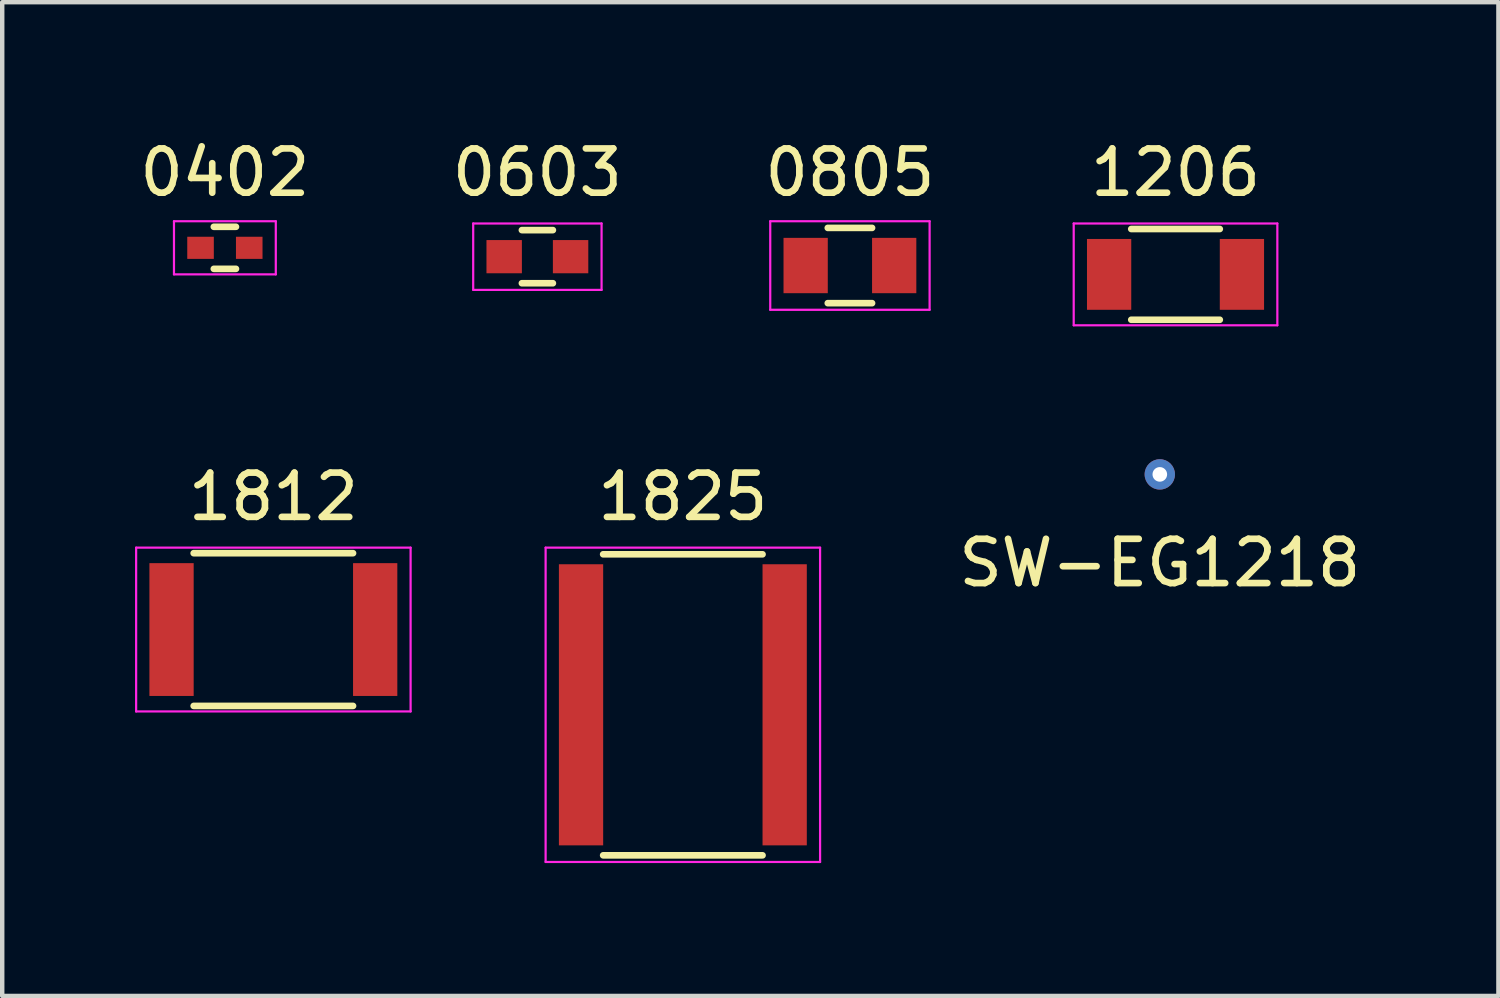
<source format=kicad_pcb>
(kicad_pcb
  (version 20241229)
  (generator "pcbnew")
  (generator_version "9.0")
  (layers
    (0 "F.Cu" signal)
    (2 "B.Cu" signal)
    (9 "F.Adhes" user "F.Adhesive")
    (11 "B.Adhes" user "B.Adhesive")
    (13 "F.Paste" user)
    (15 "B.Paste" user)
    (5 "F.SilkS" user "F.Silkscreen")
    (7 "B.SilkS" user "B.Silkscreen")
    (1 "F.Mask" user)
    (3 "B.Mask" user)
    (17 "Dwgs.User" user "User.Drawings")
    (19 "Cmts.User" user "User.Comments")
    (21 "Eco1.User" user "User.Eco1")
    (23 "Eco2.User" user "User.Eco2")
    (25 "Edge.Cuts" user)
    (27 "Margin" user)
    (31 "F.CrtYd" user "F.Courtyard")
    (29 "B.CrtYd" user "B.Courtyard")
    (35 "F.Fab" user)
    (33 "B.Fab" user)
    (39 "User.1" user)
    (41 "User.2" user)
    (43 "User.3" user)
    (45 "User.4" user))
  (footprint "0603"
    (layer "F.Cu")
    (at 9.089 2.748)
    (property "Reference" "0603" (at 0 -1.9 0) (layer "F.SilkS") (effects (font (size 1 1) (thickness 0.15))))
    (attr smd)
    (fp_line (start -0.35 -0.6) (end 0.35 -0.6) (stroke (width 0.15) (type solid)) (layer "F.SilkS"))
    (fp_line (start 0.35 0.6) (end -0.35 0.6) (stroke (width 0.15) (type solid)) (layer "F.SilkS"))
    (fp_line (start -1.45 -0.75) (end -1.45 0.75) (stroke (width 0.05) (type solid)) (layer "F.CrtYd"))
    (fp_line (start -1.45 -0.75) (end 1.45 -0.75) (stroke (width 0.05) (type solid)) (layer "F.CrtYd"))
    (fp_line (start -1.45 0.75) (end 1.45 0.75) (stroke (width 0.05) (type solid)) (layer "F.CrtYd"))
    (fp_line (start 1.45 -0.75) (end 1.45 0.75) (stroke (width 0.05) (type solid)) (layer "F.CrtYd"))
    (pad "1" smd rect (at -0.75 0) (size 0.8 0.75) (layers "F.Cu" "F.Mask" "F.Paste"))
    (pad "2" smd rect (at 0.75 0) (size 0.8 0.75) (layers "F.Cu" "F.Mask" "F.Paste")))
  (footprint "1825"
    (layer "F.Cu")
    (at 12.375 12.871)
    (property "Reference" "1825" (at 0 -4.7 0) (layer "F.SilkS") (effects (font (size 1 1) (thickness 0.15))))
    (attr smd)
    (fp_line (start -1.8 3.4) (end 1.8 3.4) (stroke (width 0.15) (type solid)) (layer "F.SilkS"))
    (fp_line (start 1.8 -3.4) (end -1.8 -3.4) (stroke (width 0.15) (type solid)) (layer "F.SilkS"))
    (fp_line (start -3.1 -3.55) (end -3.1 3.55) (stroke (width 0.05) (type solid)) (layer "F.CrtYd"))
    (fp_line (start -3.1 -3.55) (end 3.1 -3.55) (stroke (width 0.05) (type solid)) (layer "F.CrtYd"))
    (fp_line (start -3.1 3.55) (end 3.1 3.55) (stroke (width 0.05) (type solid)) (layer "F.CrtYd"))
    (fp_line (start 3.1 -3.55) (end 3.1 3.55) (stroke (width 0.05) (type solid)) (layer "F.CrtYd"))
    (pad "1" smd rect (at -2.3 0) (size 1 6.35) (layers "F.Cu" "F.Mask" "F.Paste"))
    (pad "2" smd rect (at 2.3 0) (size 1 6.35) (layers "F.Cu" "F.Mask" "F.Paste")))
  (footprint "SW-EG1218"
    (layer "F.Cu")
    (at 23.149 7.666)
    (property "Reference" "SW-EG1218" (at 0 2 0) (layer "F.SilkS") (effects (font (size 1 1) (thickness 0.15))))
    (attr through_hole)
    (pad "GND" thru_hole circle (at 0 0) (size 0.686 0.686) (drill 0.33) (layers "*.Cu")))
  (footprint "0805"
    (layer "F.Cu")
    (at 16.149 2.948)
    (property "Reference" "0805" (at 0 -2.1 0) (layer "F.SilkS") (effects (font (size 1 1) (thickness 0.15))))
    (attr smd)
    (fp_line (start -0.5 0.85) (end 0.5 0.85) (stroke (width 0.15) (type solid)) (layer "F.SilkS"))
    (fp_line (start 0.5 -0.85) (end -0.5 -0.85) (stroke (width 0.15) (type solid)) (layer "F.SilkS"))
    (fp_line (start -1.8 -1) (end -1.8 1) (stroke (width 0.05) (type solid)) (layer "F.CrtYd"))
    (fp_line (start -1.8 -1) (end 1.8 -1) (stroke (width 0.05) (type solid)) (layer "F.CrtYd"))
    (fp_line (start -1.8 1) (end 1.8 1) (stroke (width 0.05) (type solid)) (layer "F.CrtYd"))
    (fp_line (start 1.8 -1) (end 1.8 1) (stroke (width 0.05) (type solid)) (layer "F.CrtYd"))
    (pad "1" smd rect (at -1 0) (size 1 1.25) (layers "F.Cu" "F.Mask" "F.Paste"))
    (pad "2" smd rect (at 1 0) (size 1 1.25) (layers "F.Cu" "F.Mask" "F.Paste")))
  (footprint "0402"
    (layer "F.Cu")
    (at 2.03 2.548)
    (property "Reference" "0402" (at 0 -1.7 0) (layer "F.SilkS") (effects (font (size 1 1) (thickness 0.15))))
    (attr smd)
    (fp_line (start -0.25 0.475) (end 0.25 0.475) (stroke (width 0.15) (type solid)) (layer "F.SilkS"))
    (fp_line (start 0.25 -0.475) (end -0.25 -0.475) (stroke (width 0.15) (type solid)) (layer "F.SilkS"))
    (fp_line (start -1.15 -0.6) (end -1.15 0.6) (stroke (width 0.05) (type solid)) (layer "F.CrtYd"))
    (fp_line (start -1.15 -0.6) (end 1.15 -0.6) (stroke (width 0.05) (type solid)) (layer "F.CrtYd"))
    (fp_line (start -1.15 0.6) (end 1.15 0.6) (stroke (width 0.05) (type solid)) (layer "F.CrtYd"))
    (fp_line (start 1.15 -0.6) (end 1.15 0.6) (stroke (width 0.05) (type solid)) (layer "F.CrtYd"))
    (pad "1" smd rect (at -0.55 0) (size 0.6 0.5) (layers "F.Cu" "F.Mask" "F.Paste"))
    (pad "2" smd rect (at 0.55 0) (size 0.6 0.5) (layers "F.Cu" "F.Mask" "F.Paste")))
  (footprint "1812"
    (layer "F.Cu")
    (at 3.125 11.171)
    (property "Reference" "1812" (at 0 -3 0) (layer "F.SilkS") (effects (font (size 1 1) (thickness 0.15))))
    (attr smd)
    (fp_line (start -1.8 1.725) (end 1.8 1.725) (stroke (width 0.15) (type solid)) (layer "F.SilkS"))
    (fp_line (start 1.8 -1.725) (end -1.8 -1.725) (stroke (width 0.15) (type solid)) (layer "F.SilkS"))
    (fp_line (start -3.1 -1.85) (end -3.1 1.85) (stroke (width 0.05) (type solid)) (layer "F.CrtYd"))
    (fp_line (start -3.1 -1.85) (end 3.1 -1.85) (stroke (width 0.05) (type solid)) (layer "F.CrtYd"))
    (fp_line (start -3.1 1.85) (end 3.1 1.85) (stroke (width 0.05) (type solid)) (layer "F.CrtYd"))
    (fp_line (start 3.1 -1.85) (end 3.1 1.85) (stroke (width 0.05) (type solid)) (layer "F.CrtYd"))
    (pad "1" smd rect (at -2.3 0) (size 1 3) (layers "F.Cu" "F.Mask" "F.Paste"))
    (pad "2" smd rect (at 2.3 0) (size 1 3) (layers "F.Cu" "F.Mask" "F.Paste")))
  (footprint "1206"
    (layer "F.Cu")
    (at 23.504 3.148)
    (property "Reference" "1206" (at 0 -2.3 0) (layer "F.SilkS") (effects (font (size 1 1) (thickness 0.15))))
    (attr smd)
    (fp_line (start -1 1.025) (end 1 1.025) (stroke (width 0.15) (type solid)) (layer "F.SilkS"))
    (fp_line (start 1 -1.025) (end -1 -1.025) (stroke (width 0.15) (type solid)) (layer "F.SilkS"))
    (fp_line (start -2.3 -1.15) (end -2.3 1.15) (stroke (width 0.05) (type solid)) (layer "F.CrtYd"))
    (fp_line (start -2.3 -1.15) (end 2.3 -1.15) (stroke (width 0.05) (type solid)) (layer "F.CrtYd"))
    (fp_line (start -2.3 1.15) (end 2.3 1.15) (stroke (width 0.05) (type solid)) (layer "F.CrtYd"))
    (fp_line (start 2.3 -1.15) (end 2.3 1.15) (stroke (width 0.05) (type solid)) (layer "F.CrtYd"))
    (pad "1" smd rect (at -1.5 0) (size 1 1.6) (layers "F.Cu" "F.Mask" "F.Paste"))
    (pad "2" smd rect (at 1.5 0) (size 1 1.6) (layers "F.Cu" "F.Mask" "F.Paste")))
  (gr_rect
    (start -3 -3)
    (end 30.798 19.447)
    (stroke (width 0.1) (type default))
    (fill no)
    (layer "Edge.Cuts")))
</source>
